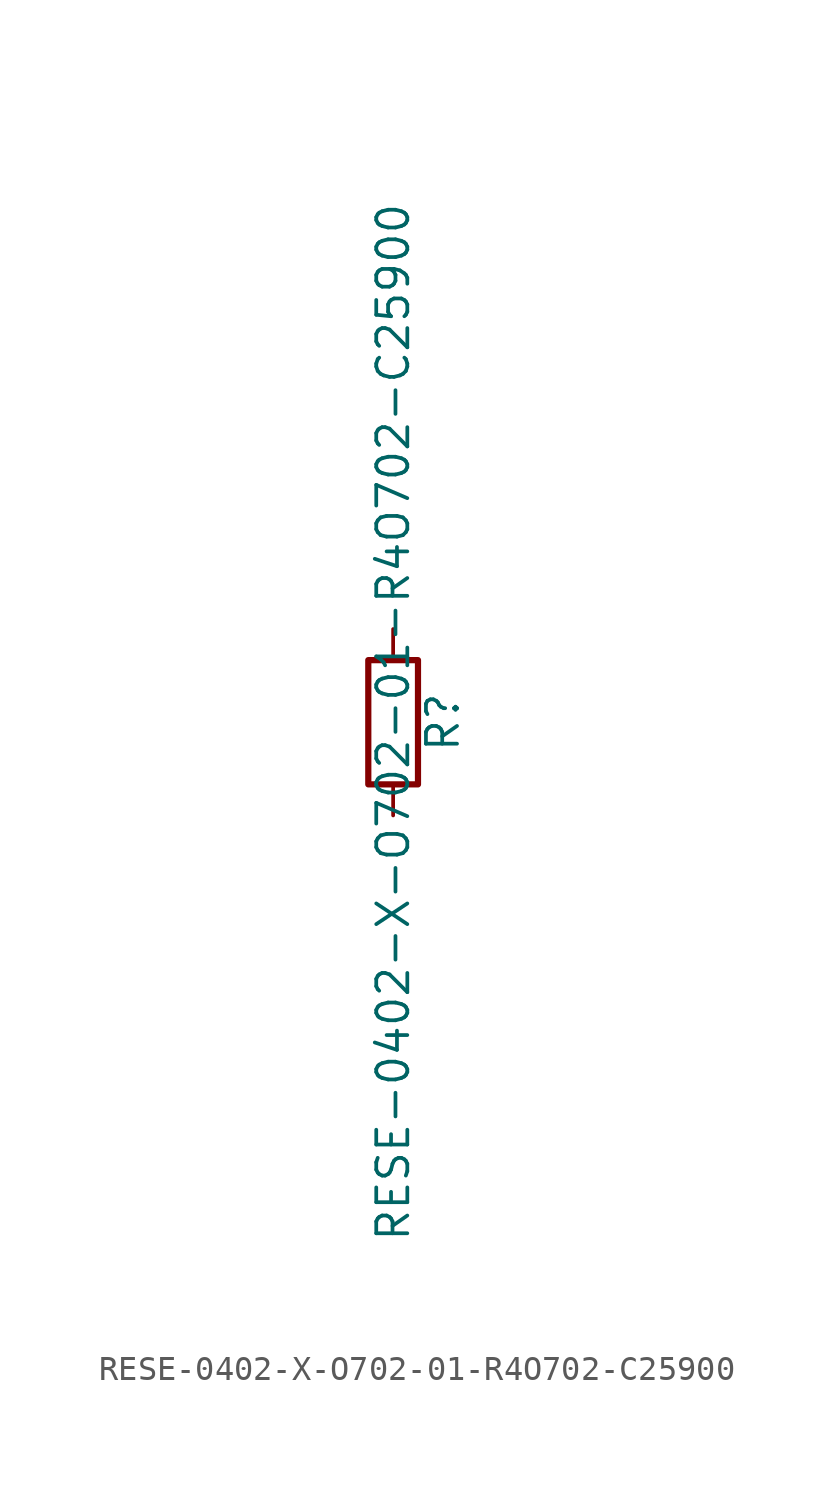
<source format=kicad_sym>
(kicad_symbol_lib
  (version 20211014)
  (generator kicad_symbol_editor)
  (symbol "RESE-0402-X-O702-01-R4O702-C25900"
    (pin_numbers hide)
    (pin_names
      (offset 0))
    (property "Reference" "R"
      (at 2.032 0 90)
      (effects (font (size 1.27 1.27))))
    (property "Value" "RESE-0402-X-O702-01-R4O702-C25900"
      (at 0 0 90)
      (effects (font (size 1.27 1.27))))
    (symbol "RESE-0402-X-O702-01-R4O702-C25900_0_1"
      (rectangle (start -1.016 -2.54) (end 1.016 2.54) (stroke (width 0.254) (type default) (color 0 0 0 0)) (fill (type none))))
    (symbol "RESE-0402-X-O702-01-R4O702-C25900_1_1"
      (pin passive line (at 0 3.81 270) (length 1.27) (name "~" (effects (font (size 1.27 1.27)))) (number "1" (effects (font (size 1.27 1.27)))))
      (pin passive line (at 0 -3.81 90) (length 1.27) (name "~" (effects (font (size 1.27 1.27)))) (number "2" (effects (font (size 1.27 1.27))))))))
</source>
